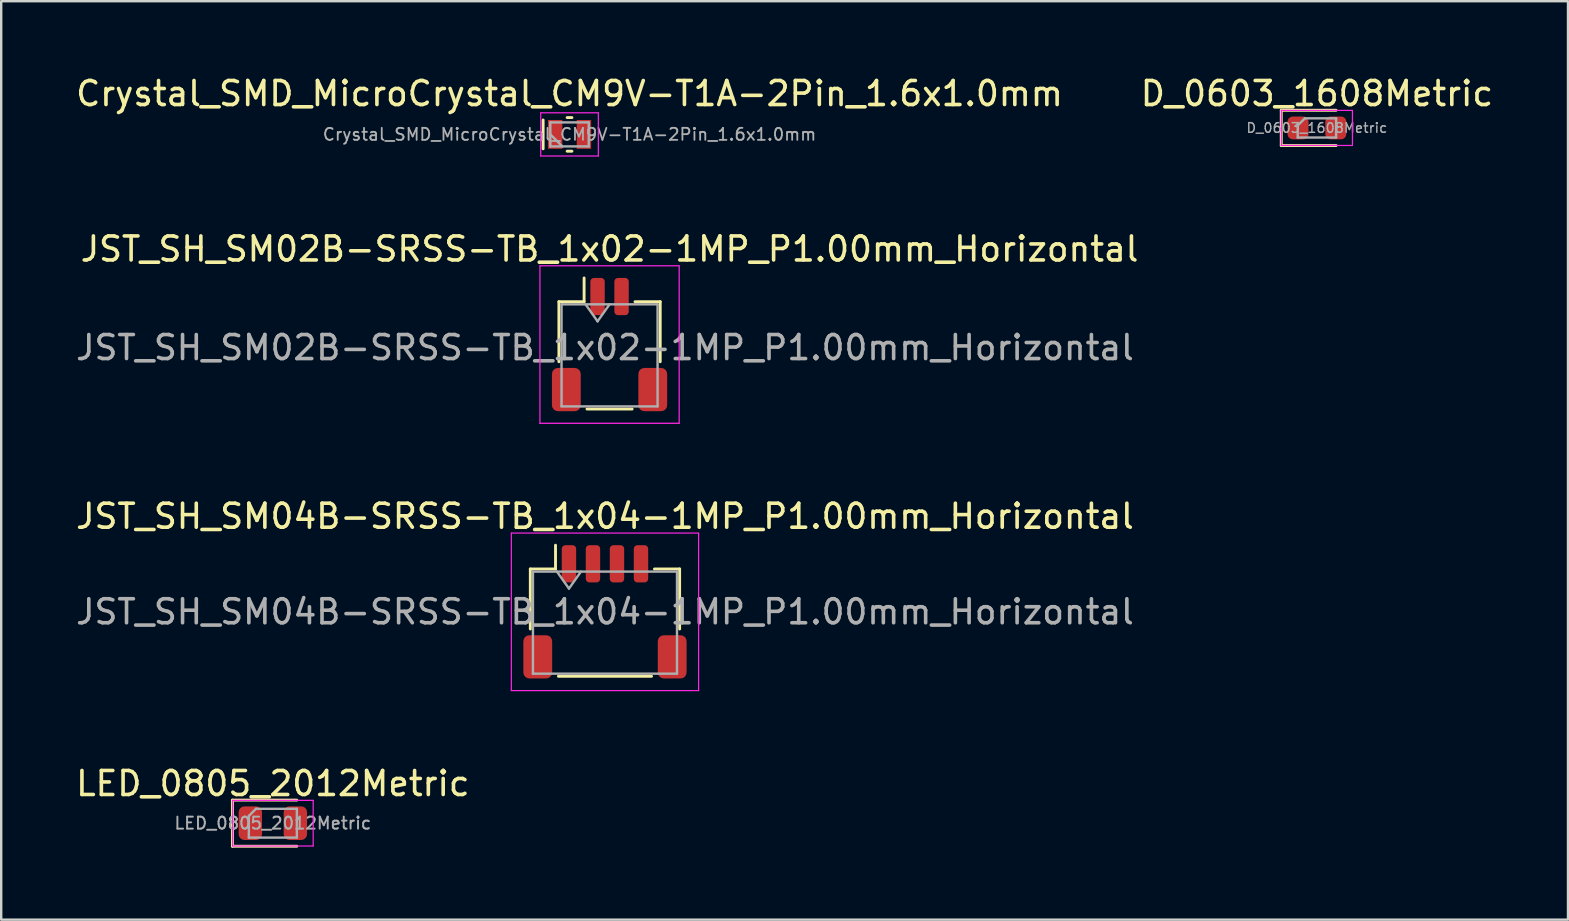
<source format=kicad_pcb>
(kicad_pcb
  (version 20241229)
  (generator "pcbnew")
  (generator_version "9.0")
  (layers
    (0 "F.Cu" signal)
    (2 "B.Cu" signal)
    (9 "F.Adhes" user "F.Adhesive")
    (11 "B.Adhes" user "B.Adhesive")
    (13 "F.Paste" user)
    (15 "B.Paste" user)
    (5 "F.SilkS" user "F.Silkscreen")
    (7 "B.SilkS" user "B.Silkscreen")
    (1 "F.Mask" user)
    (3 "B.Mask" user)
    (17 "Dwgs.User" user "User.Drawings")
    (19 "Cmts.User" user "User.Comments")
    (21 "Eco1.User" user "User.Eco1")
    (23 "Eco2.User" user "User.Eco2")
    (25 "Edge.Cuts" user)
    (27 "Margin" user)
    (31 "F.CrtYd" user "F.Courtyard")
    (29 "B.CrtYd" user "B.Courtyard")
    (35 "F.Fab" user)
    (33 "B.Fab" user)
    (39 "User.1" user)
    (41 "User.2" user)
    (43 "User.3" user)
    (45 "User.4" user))
  (footprint "Crystal_SMD_MicroCrystal_CM9V-T1A-2Pin_1.6x1.0mm"
    (layer "F.Cu")
    (at 20.673 2.548)
    (property "Reference" "Crystal_SMD_MicroCrystal_CM9V-T1A-2Pin_1.6x1.0mm" (at 0 -1.7 180) (layer "F.SilkS") (effects (font (size 1 1) (thickness 0.15))))
    (attr smd)
    (fp_line (start -1.1 -0.6) (end -1.1 0.6) (stroke (width 0.12) (type solid)) (layer "F.SilkS"))
    (fp_line (start -0.1 -0.7) (end 0.1 -0.7) (stroke (width 0.12) (type solid)) (layer "F.SilkS"))
    (fp_line (start -0.1 0.7) (end 0.1 0.7) (stroke (width 0.12) (type solid)) (layer "F.SilkS"))
    (fp_line (start -1.2 -0.9) (end -1.2 0.9) (stroke (width 0.05) (type solid)) (layer "F.CrtYd"))
    (fp_line (start -1.2 0.9) (end 1.2 0.9) (stroke (width 0.05) (type solid)) (layer "F.CrtYd"))
    (fp_line (start 1.2 -0.9) (end -1.2 -0.9) (stroke (width 0.05) (type solid)) (layer "F.CrtYd"))
    (fp_line (start 1.2 0.9) (end 1.2 -0.9) (stroke (width 0.05) (type solid)) (layer "F.CrtYd"))
    (fp_line (start -0.8 -0.5) (end -0.8 0.5) (stroke (width 0.1) (type solid)) (layer "F.Fab"))
    (fp_line (start -0.8 0) (end -0.3 0.5) (stroke (width 0.1) (type solid)) (layer "F.Fab"))
    (fp_line (start -0.8 0.5) (end 0.8 0.5) (stroke (width 0.1) (type solid)) (layer "F.Fab"))
    (fp_line (start 0.8 -0.5) (end -0.8 -0.5) (stroke (width 0.1) (type solid)) (layer "F.Fab"))
    (fp_line (start 0.8 0.5) (end 0.8 -0.5) (stroke (width 0.1) (type solid)) (layer "F.Fab"))
    (fp_text user "${REFERENCE}" (at 0 0 180) (layer "F.Fab") (effects (font (size 0.5 0.5) (thickness 0.075))))
    (pad "1" smd rect (at -0.6 0) (size 0.6 1.2) (layers "F.Cu" "F.Mask" "F.Paste"))
    (pad "2" smd rect (at 0.6 0) (size 0.6 1.2) (layers "F.Cu" "F.Mask" "F.Paste")))
  (footprint "JST_SH_SM02B-SRSS-TB_1x02-1MP_P1.00mm_Horizontal"
    (layer "F.Cu")
    (at 22.34 11.302)
    (property "Reference" "JST_SH_SM02B-SRSS-TB_1x02-1MP_P1.00mm_Horizontal" (at 0 -3.98 0) (layer "F.SilkS") (effects (font (size 1 1) (thickness 0.15))))
    (attr smd)
    (fp_line (start -2.11 -1.785) (end -1.06 -1.785) (stroke (width 0.12) (type solid)) (layer "F.SilkS"))
    (fp_line (start -2.11 0.715) (end -2.11 -1.785) (stroke (width 0.12) (type solid)) (layer "F.SilkS"))
    (fp_line (start -1.06 -1.785) (end -1.06 -2.775) (stroke (width 0.12) (type solid)) (layer "F.SilkS"))
    (fp_line (start -0.94 2.685) (end 0.94 2.685) (stroke (width 0.12) (type solid)) (layer "F.SilkS"))
    (fp_line (start 2.11 -1.785) (end 1.06 -1.785) (stroke (width 0.12) (type solid)) (layer "F.SilkS"))
    (fp_line (start 2.11 0.715) (end 2.11 -1.785) (stroke (width 0.12) (type solid)) (layer "F.SilkS"))
    (fp_line (start -2.9 -3.28) (end -2.9 3.28) (stroke (width 0.05) (type solid)) (layer "F.CrtYd"))
    (fp_line (start -2.9 3.28) (end 2.9 3.28) (stroke (width 0.05) (type solid)) (layer "F.CrtYd"))
    (fp_line (start 2.9 -3.28) (end -2.9 -3.28) (stroke (width 0.05) (type solid)) (layer "F.CrtYd"))
    (fp_line (start 2.9 3.28) (end 2.9 -3.28) (stroke (width 0.05) (type solid)) (layer "F.CrtYd"))
    (fp_line (start -2 -1.675) (end -2 2.575) (stroke (width 0.1) (type solid)) (layer "F.Fab"))
    (fp_line (start -2 -1.675) (end 2 -1.675) (stroke (width 0.1) (type solid)) (layer "F.Fab"))
    (fp_line (start -2 2.575) (end 2 2.575) (stroke (width 0.1) (type solid)) (layer "F.Fab"))
    (fp_line (start -1 -1.675) (end -0.5 -0.968) (stroke (width 0.1) (type solid)) (layer "F.Fab"))
    (fp_line (start -0.5 -0.968) (end 0 -1.675) (stroke (width 0.1) (type solid)) (layer "F.Fab"))
    (fp_line (start 2 -1.675) (end 2 2.575) (stroke (width 0.1) (type solid)) (layer "F.Fab"))
    (fp_text user "${REFERENCE}" (at -0.191 0.127 0) (layer "F.Fab") (effects (font (size 1 1) (thickness 0.15))))
    (pad "1" smd roundrect (at -0.5 -2) (size 0.6 1.55) (layers "F.Cu" "F.Mask" "F.Paste") (roundrect_rratio 0.25))
    (pad "2" smd roundrect (at 0.5 -2) (size 0.6 1.55) (layers "F.Cu" "F.Mask" "F.Paste") (roundrect_rratio 0.25))
    (pad "MP" smd roundrect (at -1.8 1.875) (size 1.2 1.8) (layers "F.Cu" "F.Mask" "F.Paste") (roundrect_rratio 0.208))
    (pad "MP" smd roundrect (at 1.8 1.875) (size 1.2 1.8) (layers "F.Cu" "F.Mask" "F.Paste") (roundrect_rratio 0.208)))
  (footprint "D_0603_1608Metric"
    (layer "F.Cu")
    (at 51.804 2.278)
    (property "Reference" "D_0603_1608Metric" (at 0 -1.43 0) (layer "F.SilkS") (effects (font (size 1 1) (thickness 0.15))))
    (attr smd)
    (fp_line (start -1.485 -0.735) (end -1.485 0.735) (stroke (width 0.12) (type solid)) (layer "F.SilkS"))
    (fp_line (start -1.485 0.735) (end 0.8 0.735) (stroke (width 0.12) (type solid)) (layer "F.SilkS"))
    (fp_line (start 0.8 -0.735) (end -1.485 -0.735) (stroke (width 0.12) (type solid)) (layer "F.SilkS"))
    (fp_line (start -1.48 -0.73) (end 1.48 -0.73) (stroke (width 0.05) (type solid)) (layer "F.CrtYd"))
    (fp_line (start -1.48 0.73) (end -1.48 -0.73) (stroke (width 0.05) (type solid)) (layer "F.CrtYd"))
    (fp_line (start 1.48 -0.73) (end 1.48 0.73) (stroke (width 0.05) (type solid)) (layer "F.CrtYd"))
    (fp_line (start 1.48 0.73) (end -1.48 0.73) (stroke (width 0.05) (type solid)) (layer "F.CrtYd"))
    (fp_line (start -0.8 -0.1) (end -0.8 0.4) (stroke (width 0.1) (type solid)) (layer "F.Fab"))
    (fp_line (start -0.8 0.4) (end 0.8 0.4) (stroke (width 0.1) (type solid)) (layer "F.Fab"))
    (fp_line (start -0.5 -0.4) (end -0.8 -0.1) (stroke (width 0.1) (type solid)) (layer "F.Fab"))
    (fp_line (start 0.8 -0.4) (end -0.5 -0.4) (stroke (width 0.1) (type solid)) (layer "F.Fab"))
    (fp_line (start 0.8 0.4) (end 0.8 -0.4) (stroke (width 0.1) (type solid)) (layer "F.Fab"))
    (fp_text user "${REFERENCE}" (at 0 0 0) (layer "F.Fab") (effects (font (size 0.4 0.4) (thickness 0.06))))
    (pad "1" smd roundrect (at -0.787 0) (size 0.875 0.95) (layers "F.Cu" "F.Mask" "F.Paste") (roundrect_rratio 0.25))
    (pad "2" smd roundrect (at 0.787 0) (size 0.875 0.95) (layers "F.Cu" "F.Mask" "F.Paste") (roundrect_rratio 0.25)))
  (footprint "LED_0805_2012Metric"
    (layer "F.Cu")
    (at 8.315 31.238)
    (property "Reference" "LED_0805_2012Metric" (at 0 -1.65 180) (layer "F.SilkS") (effects (font (size 1 1) (thickness 0.15))))
    (attr smd)
    (fp_line (start -1.685 -0.96) (end -1.685 0.96) (stroke (width 0.12) (type solid)) (layer "F.SilkS"))
    (fp_line (start -1.685 0.96) (end 1 0.96) (stroke (width 0.12) (type solid)) (layer "F.SilkS"))
    (fp_line (start 1 -0.96) (end -1.685 -0.96) (stroke (width 0.12) (type solid)) (layer "F.SilkS"))
    (fp_line (start -1.68 -0.95) (end 1.68 -0.95) (stroke (width 0.05) (type solid)) (layer "F.CrtYd"))
    (fp_line (start -1.68 0.95) (end -1.68 -0.95) (stroke (width 0.05) (type solid)) (layer "F.CrtYd"))
    (fp_line (start 1.68 -0.95) (end 1.68 0.95) (stroke (width 0.05) (type solid)) (layer "F.CrtYd"))
    (fp_line (start 1.68 0.95) (end -1.68 0.95) (stroke (width 0.05) (type solid)) (layer "F.CrtYd"))
    (fp_line (start -1 -0.3) (end -1 0.6) (stroke (width 0.1) (type solid)) (layer "F.Fab"))
    (fp_line (start -1 0.6) (end 1 0.6) (stroke (width 0.1) (type solid)) (layer "F.Fab"))
    (fp_line (start -0.7 -0.6) (end -1 -0.3) (stroke (width 0.1) (type solid)) (layer "F.Fab"))
    (fp_line (start 1 -0.6) (end -0.7 -0.6) (stroke (width 0.1) (type solid)) (layer "F.Fab"))
    (fp_line (start 1 0.6) (end 1 -0.6) (stroke (width 0.1) (type solid)) (layer "F.Fab"))
    (fp_text user "${REFERENCE}" (at 0 0 180) (layer "F.Fab") (effects (font (size 0.5 0.5) (thickness 0.08))))
    (pad "1" smd roundrect (at -0.938 0) (size 0.975 1.4) (layers "F.Cu" "F.Mask" "F.Paste") (roundrect_rratio 0.25))
    (pad "2" smd roundrect (at 0.938 0) (size 0.975 1.4) (layers "F.Cu" "F.Mask" "F.Paste") (roundrect_rratio 0.25)))
  (footprint "JST_SH_SM04B-SRSS-TB_1x04-1MP_P1.00mm_Horizontal"
    (layer "F.Cu")
    (at 22.149 22.435)
    (property "Reference" "JST_SH_SM04B-SRSS-TB_1x04-1MP_P1.00mm_Horizontal" (at 0 -3.98 180) (layer "F.SilkS") (effects (font (size 1 1) (thickness 0.15))))
    (attr smd)
    (fp_line (start -3.11 -1.785) (end -2.06 -1.785) (stroke (width 0.12) (type solid)) (layer "F.SilkS"))
    (fp_line (start -3.11 0.715) (end -3.11 -1.785) (stroke (width 0.12) (type solid)) (layer "F.SilkS"))
    (fp_line (start -2.06 -1.785) (end -2.06 -2.775) (stroke (width 0.12) (type solid)) (layer "F.SilkS"))
    (fp_line (start -1.94 2.685) (end 1.94 2.685) (stroke (width 0.12) (type solid)) (layer "F.SilkS"))
    (fp_line (start 3.11 -1.785) (end 2.06 -1.785) (stroke (width 0.12) (type solid)) (layer "F.SilkS"))
    (fp_line (start 3.11 0.715) (end 3.11 -1.785) (stroke (width 0.12) (type solid)) (layer "F.SilkS"))
    (fp_line (start -3.9 -3.28) (end -3.9 3.28) (stroke (width 0.05) (type solid)) (layer "F.CrtYd"))
    (fp_line (start -3.9 3.28) (end 3.9 3.28) (stroke (width 0.05) (type solid)) (layer "F.CrtYd"))
    (fp_line (start 3.9 -3.28) (end -3.9 -3.28) (stroke (width 0.05) (type solid)) (layer "F.CrtYd"))
    (fp_line (start 3.9 3.28) (end 3.9 -3.28) (stroke (width 0.05) (type solid)) (layer "F.CrtYd"))
    (fp_line (start -3 -1.675) (end -3 2.575) (stroke (width 0.1) (type solid)) (layer "F.Fab"))
    (fp_line (start -3 -1.675) (end 3 -1.675) (stroke (width 0.1) (type solid)) (layer "F.Fab"))
    (fp_line (start -3 2.575) (end 3 2.575) (stroke (width 0.1) (type solid)) (layer "F.Fab"))
    (fp_line (start -2 -1.675) (end -1.5 -0.968) (stroke (width 0.1) (type solid)) (layer "F.Fab"))
    (fp_line (start -1.5 -0.968) (end -1 -1.675) (stroke (width 0.1) (type solid)) (layer "F.Fab"))
    (fp_line (start 3 -1.675) (end 3 2.575) (stroke (width 0.1) (type solid)) (layer "F.Fab"))
    (fp_text user "${REFERENCE}" (at 0 0 180) (layer "F.Fab") (effects (font (size 1 1) (thickness 0.15))))
    (pad "1" smd roundrect (at -1.5 -2) (size 0.6 1.55) (layers "F.Cu" "F.Mask" "F.Paste") (roundrect_rratio 0.25))
    (pad "2" smd roundrect (at -0.5 -2) (size 0.6 1.55) (layers "F.Cu" "F.Mask" "F.Paste") (roundrect_rratio 0.25))
    (pad "3" smd roundrect (at 0.5 -2) (size 0.6 1.55) (layers "F.Cu" "F.Mask" "F.Paste") (roundrect_rratio 0.25))
    (pad "4" smd roundrect (at 1.5 -2) (size 0.6 1.55) (layers "F.Cu" "F.Mask" "F.Paste") (roundrect_rratio 0.25))
    (pad "MP" smd roundrect (at -2.8 1.875) (size 1.2 1.8) (layers "F.Cu" "F.Mask" "F.Paste") (roundrect_rratio 0.208))
    (pad "MP" smd roundrect (at 2.8 1.875) (size 1.2 1.8) (layers "F.Cu" "F.Mask" "F.Paste") (roundrect_rratio 0.208)))
  (gr_rect
    (start -3 -3)
    (end 62.262 35.258)
    (stroke (width 0.1) (type default))
    (fill no)
    (layer "Edge.Cuts")))
</source>
